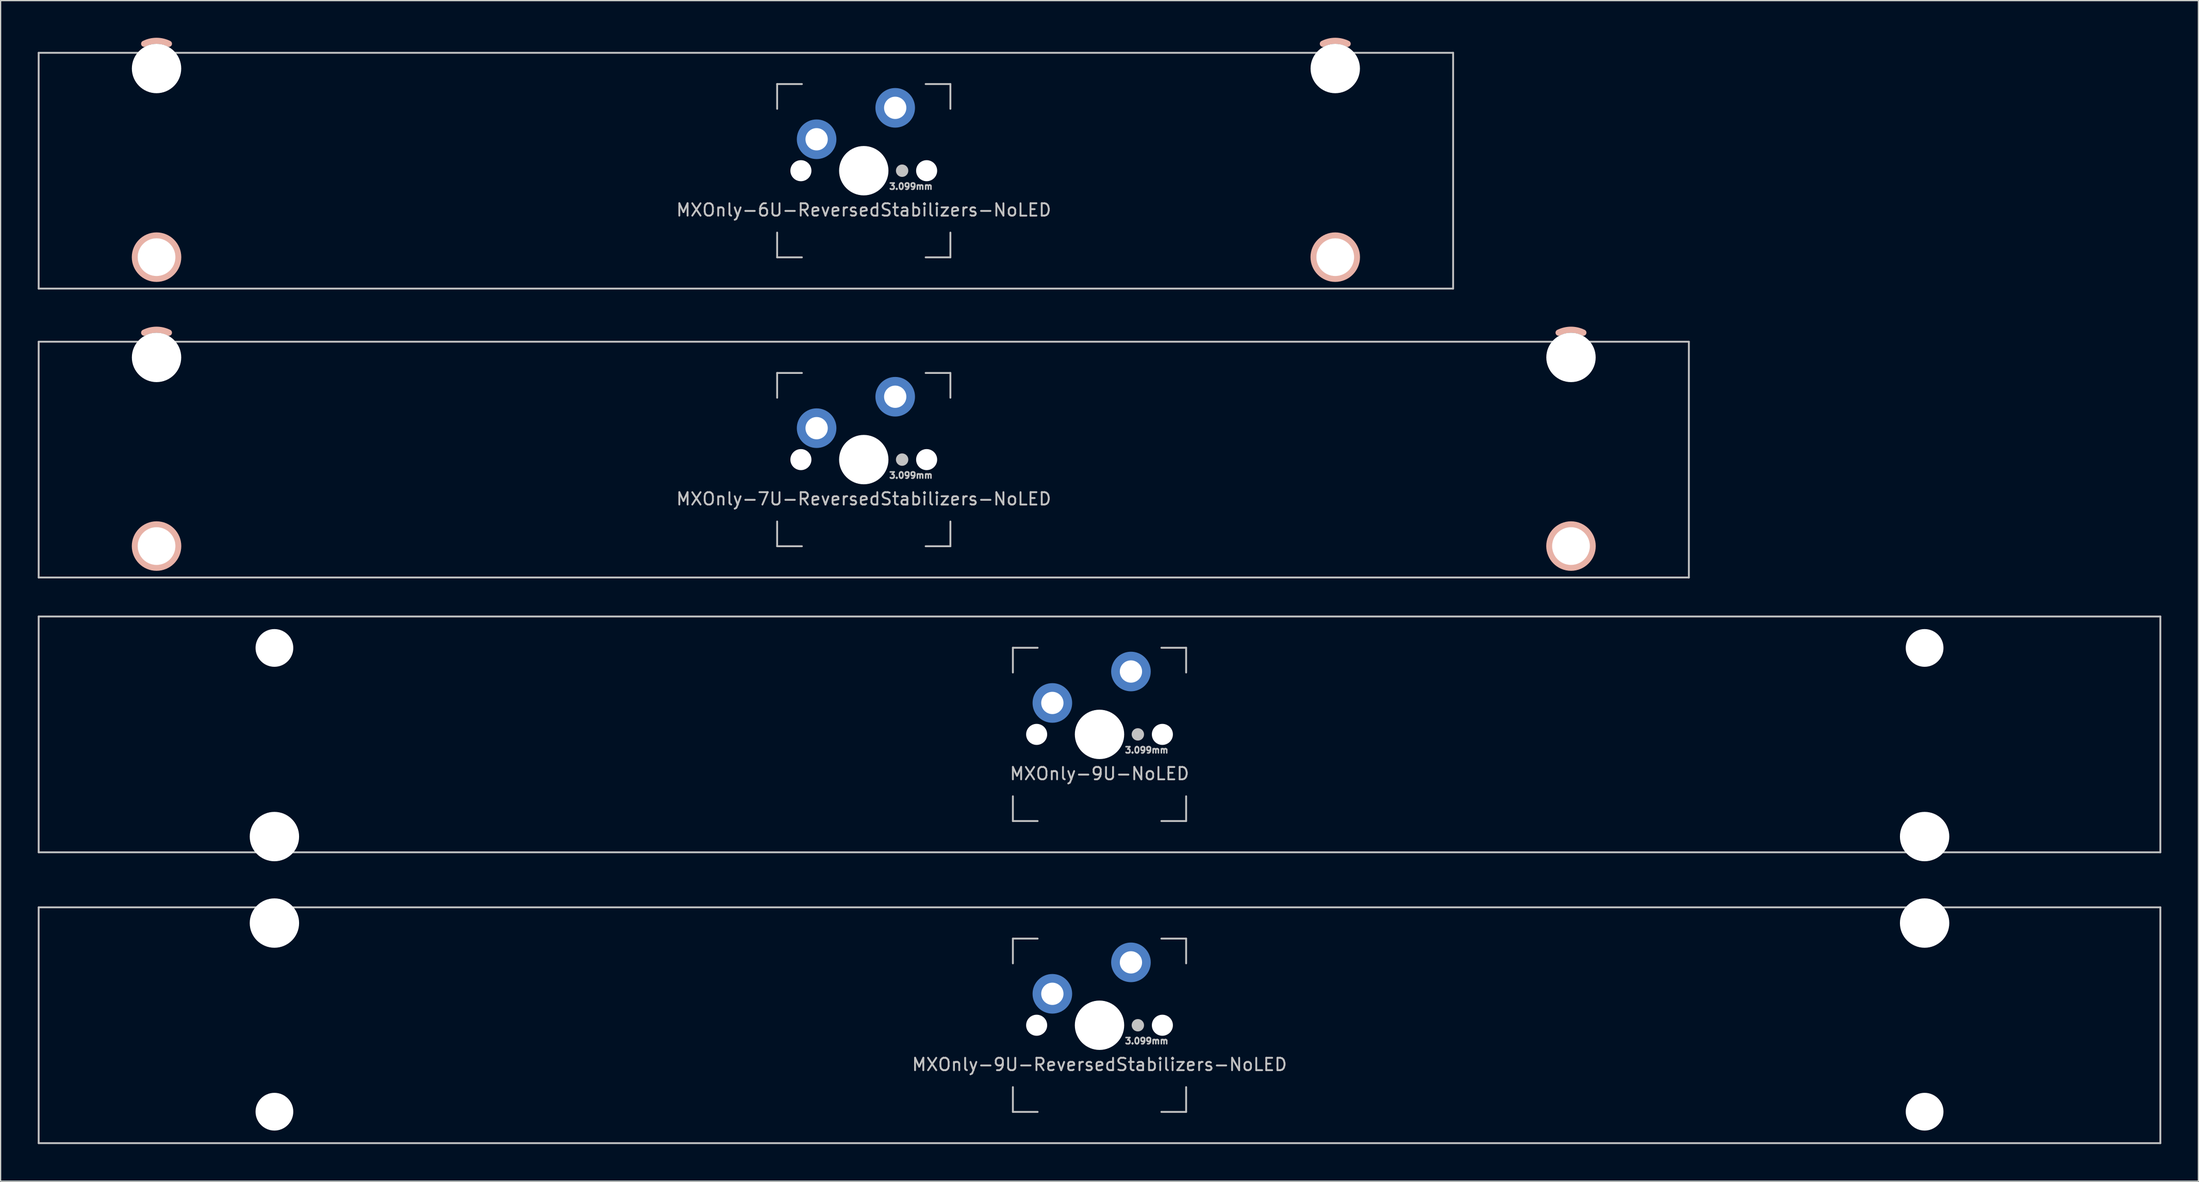
<source format=kicad_pcb>
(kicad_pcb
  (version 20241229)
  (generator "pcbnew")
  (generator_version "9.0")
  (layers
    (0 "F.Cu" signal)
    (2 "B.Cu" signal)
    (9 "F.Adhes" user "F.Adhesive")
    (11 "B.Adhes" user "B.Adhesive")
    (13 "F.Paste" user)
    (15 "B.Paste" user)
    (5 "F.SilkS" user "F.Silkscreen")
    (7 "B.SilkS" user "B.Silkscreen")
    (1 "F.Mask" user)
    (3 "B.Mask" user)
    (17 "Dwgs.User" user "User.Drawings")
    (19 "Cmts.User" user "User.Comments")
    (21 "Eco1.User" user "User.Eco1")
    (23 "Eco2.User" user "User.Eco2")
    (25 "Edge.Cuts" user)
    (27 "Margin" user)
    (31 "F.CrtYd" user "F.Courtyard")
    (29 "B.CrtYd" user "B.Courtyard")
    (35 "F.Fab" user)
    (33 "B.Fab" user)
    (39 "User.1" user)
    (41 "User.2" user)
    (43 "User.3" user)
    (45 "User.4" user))
  (footprint "MXOnly-9U-NoLED"
    (layer "F.Cu")
    (at 85.8 56.282)
    (property "Reference" "MXOnly-9U-NoLED" (at 0 3.175 0) (layer "Dwgs.User") (effects (font (size 1 1) (thickness 0.15))))
    (attr through_hole)
    (fp_line (start -85.725 -9.525) (end 85.725 -9.525) (stroke (width 0.15) (type solid)) (layer "Dwgs.User"))
    (fp_line (start -85.725 9.525) (end -85.725 -9.525) (stroke (width 0.15) (type solid)) (layer "Dwgs.User"))
    (fp_line (start -85.725 9.525) (end 85.725 9.525) (stroke (width 0.15) (type solid)) (layer "Dwgs.User"))
    (fp_line (start -7 -7) (end -7 -5) (stroke (width 0.15) (type solid)) (layer "Dwgs.User"))
    (fp_line (start -7 5) (end -7 7) (stroke (width 0.15) (type solid)) (layer "Dwgs.User"))
    (fp_line (start -7 7) (end -5 7) (stroke (width 0.15) (type solid)) (layer "Dwgs.User"))
    (fp_line (start -5 -7) (end -7 -7) (stroke (width 0.15) (type solid)) (layer "Dwgs.User"))
    (fp_line (start 5 -7) (end 7 -7) (stroke (width 0.15) (type solid)) (layer "Dwgs.User"))
    (fp_line (start 5 7) (end 7 7) (stroke (width 0.15) (type solid)) (layer "Dwgs.User"))
    (fp_line (start 7 -7) (end 7 -5) (stroke (width 0.15) (type solid)) (layer "Dwgs.User"))
    (fp_line (start 7 7) (end 7 5) (stroke (width 0.15) (type solid)) (layer "Dwgs.User"))
    (fp_line (start 85.725 -9.525) (end 85.725 9.525) (stroke (width 0.15) (type solid)) (layer "Dwgs.User"))
    (fp_text user "3.099mm" (at 3.81 1.27 0) (layer "Dwgs.User") (effects (font (size 0.5 0.5) (thickness 0.125))))
    (pad "" np_thru_hole circle (at -66.675 -6.985) (size 3.048 3.048) (drill 3.048) (layers "*.Cu" "*.Mask"))
    (pad "" np_thru_hole circle (at -66.675 8.255) (size 3.988 3.988) (drill 3.988) (layers "*.Cu" "*.Mask"))
    (pad "" np_thru_hole circle (at -5.08 0 48.099) (size 1.7 1.7) (drill 1.7) (layers "*.Cu" "*.Mask"))
    (pad "" smd circle (at -3.81 -2.54) (size 2.8 2.8) (layers "B.Mask"))
    (pad "" np_thru_hole circle (at 0 0) (size 3.988 3.988) (drill 3.988) (layers "*.Cu" "*.Mask"))
    (pad "" smd circle (at 2.54 -5.08) (size 2.8 2.8) (layers "B.Mask"))
    (pad "" smd circle (at 3.099 0) (size 1 1) (layers "Dwgs.User"))
    (pad "" np_thru_hole circle (at 5.08 0 48.099) (size 1.7 1.7) (drill 1.7) (layers "*.Cu" "*.Mask"))
    (pad "" np_thru_hole circle (at 66.675 -6.985) (size 3.048 3.048) (drill 3.048) (layers "*.Cu" "*.Mask"))
    (pad "" np_thru_hole circle (at 66.675 8.255) (size 3.988 3.988) (drill 3.988) (layers "*.Cu" "*.Mask"))
    (pad "1" thru_hole circle (at -3.81 -2.54) (size 2.4 2.4) (drill 1.8) (layers "*.Cu"))
    (pad "1" connect circle (at -3.81 -2.54) (size 3.2 3.2) (layers "B.Cu"))
    (pad "2" thru_hole circle (at 2.54 -5.08) (size 2.4 2.4) (drill 1.8) (layers "*.Cu"))
    (pad "2" connect circle (at 2.54 -5.08) (size 3.2 3.2) (layers "B.Cu")))
  (footprint "MXOnly-6U-ReversedStabilizers-NoLED"
    (layer "F.Cu")
    (at 57.225 10.741)
    (property "Reference" "MXOnly-6U-ReversedStabilizers-NoLED" (at 9.525 3.175 0) (layer "Dwgs.User") (effects (font (size 1 1) (thickness 0.15))))
    (attr through_hole)
    (fp_arc (start -48.625 -10.255) (mid -47.625587 -10.491068) (end -46.626051 -10.255525) (stroke (width 0.5) (type solid)) (layer "B.SilkS"))
    (fp_arc (start 46.625 -10.255) (mid 47.624413 -10.491068) (end 48.623949 -10.255525) (stroke (width 0.5) (type solid)) (layer "B.SilkS"))
    (fp_circle (center -47.625 6.985) (end -49.375 6.985) (stroke (width 0.5) (type solid)) (fill no) (layer "B.SilkS"))
    (fp_circle (center 47.625 6.985) (end 45.875 6.985) (stroke (width 0.5) (type solid)) (fill no) (layer "B.SilkS"))
    (fp_line (start -57.15 -9.525) (end 57.15 -9.525) (stroke (width 0.15) (type solid)) (layer "Dwgs.User"))
    (fp_line (start -57.15 9.525) (end -57.15 -9.525) (stroke (width 0.15) (type solid)) (layer "Dwgs.User"))
    (fp_line (start -57.15 9.525) (end 57.15 9.525) (stroke (width 0.15) (type solid)) (layer "Dwgs.User"))
    (fp_line (start 2.525 -7) (end 2.525 -5) (stroke (width 0.15) (type solid)) (layer "Dwgs.User"))
    (fp_line (start 2.525 5) (end 2.525 7) (stroke (width 0.15) (type solid)) (layer "Dwgs.User"))
    (fp_line (start 2.525 7) (end 4.525 7) (stroke (width 0.15) (type solid)) (layer "Dwgs.User"))
    (fp_line (start 4.525 -7) (end 2.525 -7) (stroke (width 0.15) (type solid)) (layer "Dwgs.User"))
    (fp_line (start 14.525 -7) (end 16.525 -7) (stroke (width 0.15) (type solid)) (layer "Dwgs.User"))
    (fp_line (start 14.525 7) (end 16.525 7) (stroke (width 0.15) (type solid)) (layer "Dwgs.User"))
    (fp_line (start 16.525 -7) (end 16.525 -5) (stroke (width 0.15) (type solid)) (layer "Dwgs.User"))
    (fp_line (start 16.525 7) (end 16.525 5) (stroke (width 0.15) (type solid)) (layer "Dwgs.User"))
    (fp_line (start 57.15 -9.525) (end 57.15 9.525) (stroke (width 0.15) (type solid)) (layer "Dwgs.User"))
    (fp_text user "3.099mm" (at 13.335 1.27 0) (layer "Dwgs.User") (effects (font (size 0.5 0.5) (thickness 0.125))))
    (pad "" np_thru_hole circle (at -47.625 -8.255) (size 3.988 3.988) (drill 3.988) (layers "*.Cu" "*.Mask"))
    (pad "" np_thru_hole circle (at -47.625 6.985) (size 3.048 3.048) (drill 3.048) (layers "*.Cu" "*.Mask"))
    (pad "" np_thru_hole circle (at 4.445 0 48.099) (size 1.7 1.7) (drill 1.7) (layers "*.Cu" "*.Mask"))
    (pad "" smd circle (at 5.715 -2.54) (size 2.8 2.8) (layers "B.Mask"))
    (pad "" np_thru_hole circle (at 9.525 0) (size 3.988 3.988) (drill 3.988) (layers "*.Cu" "*.Mask"))
    (pad "" smd circle (at 12.065 -5.08) (size 2.8 2.8) (layers "B.Mask"))
    (pad "" smd circle (at 12.624 0) (size 1 1) (layers "Dwgs.User"))
    (pad "" np_thru_hole circle (at 14.605 0 48.099) (size 1.7 1.7) (drill 1.7) (layers "*.Cu" "*.Mask"))
    (pad "" np_thru_hole circle (at 47.625 -8.255) (size 3.988 3.988) (drill 3.988) (layers "*.Cu" "*.Mask"))
    (pad "" np_thru_hole circle (at 47.625 6.985) (size 3.048 3.048) (drill 3.048) (layers "*.Cu" "*.Mask"))
    (pad "1" thru_hole circle (at 5.715 -2.54) (size 2.4 2.4) (drill 1.8) (layers "*.Cu"))
    (pad "1" connect circle (at 5.715 -2.54) (size 3.2 3.2) (layers "B.Cu"))
    (pad "2" thru_hole circle (at 12.065 -5.08) (size 2.4 2.4) (drill 1.8) (layers "*.Cu"))
    (pad "2" connect circle (at 12.065 -5.08) (size 3.2 3.2) (layers "B.Cu")))
  (footprint "MXOnly-9U-ReversedStabilizers-NoLED"
    (layer "F.Cu")
    (at 85.8 79.78)
    (property "Reference" "MXOnly-9U-ReversedStabilizers-NoLED" (at 0 3.175 0) (layer "Dwgs.User") (effects (font (size 1 1) (thickness 0.15))))
    (attr through_hole)
    (fp_line (start -85.725 -9.525) (end 85.725 -9.525) (stroke (width 0.15) (type solid)) (layer "Dwgs.User"))
    (fp_line (start -85.725 9.525) (end -85.725 -9.525) (stroke (width 0.15) (type solid)) (layer "Dwgs.User"))
    (fp_line (start -85.725 9.525) (end 85.725 9.525) (stroke (width 0.15) (type solid)) (layer "Dwgs.User"))
    (fp_line (start -7 -7) (end -7 -5) (stroke (width 0.15) (type solid)) (layer "Dwgs.User"))
    (fp_line (start -7 5) (end -7 7) (stroke (width 0.15) (type solid)) (layer "Dwgs.User"))
    (fp_line (start -7 7) (end -5 7) (stroke (width 0.15) (type solid)) (layer "Dwgs.User"))
    (fp_line (start -5 -7) (end -7 -7) (stroke (width 0.15) (type solid)) (layer "Dwgs.User"))
    (fp_line (start 5 -7) (end 7 -7) (stroke (width 0.15) (type solid)) (layer "Dwgs.User"))
    (fp_line (start 5 7) (end 7 7) (stroke (width 0.15) (type solid)) (layer "Dwgs.User"))
    (fp_line (start 7 -7) (end 7 -5) (stroke (width 0.15) (type solid)) (layer "Dwgs.User"))
    (fp_line (start 7 7) (end 7 5) (stroke (width 0.15) (type solid)) (layer "Dwgs.User"))
    (fp_line (start 85.725 -9.525) (end 85.725 9.525) (stroke (width 0.15) (type solid)) (layer "Dwgs.User"))
    (fp_text user "3.099mm" (at 3.81 1.27 0) (layer "Dwgs.User") (effects (font (size 0.5 0.5) (thickness 0.125))))
    (pad "" np_thru_hole circle (at -66.675 -8.255) (size 3.988 3.988) (drill 3.988) (layers "*.Cu" "*.Mask"))
    (pad "" np_thru_hole circle (at -66.675 6.985) (size 3.048 3.048) (drill 3.048) (layers "*.Cu" "*.Mask"))
    (pad "" np_thru_hole circle (at -5.08 0 48.099) (size 1.7 1.7) (drill 1.7) (layers "*.Cu" "*.Mask"))
    (pad "" smd circle (at -3.81 -2.54) (size 2.8 2.8) (layers "B.Mask"))
    (pad "" np_thru_hole circle (at 0 0) (size 3.988 3.988) (drill 3.988) (layers "*.Cu" "*.Mask"))
    (pad "" smd circle (at 2.54 -5.08) (size 2.8 2.8) (layers "B.Mask"))
    (pad "" smd circle (at 3.099 0) (size 1 1) (layers "Dwgs.User"))
    (pad "" np_thru_hole circle (at 5.08 0 48.099) (size 1.7 1.7) (drill 1.7) (layers "*.Cu" "*.Mask"))
    (pad "" np_thru_hole circle (at 66.675 -8.255) (size 3.988 3.988) (drill 3.988) (layers "*.Cu" "*.Mask"))
    (pad "" np_thru_hole circle (at 66.675 6.985) (size 3.048 3.048) (drill 3.048) (layers "*.Cu" "*.Mask"))
    (pad "1" thru_hole circle (at -3.81 -2.54) (size 2.4 2.4) (drill 1.8) (layers "*.Cu"))
    (pad "1" connect circle (at -3.81 -2.54) (size 3.2 3.2) (layers "B.Cu"))
    (pad "2" thru_hole circle (at 2.54 -5.08) (size 2.4 2.4) (drill 1.8) (layers "*.Cu"))
    (pad "2" connect circle (at 2.54 -5.08) (size 3.2 3.2) (layers "B.Cu")))
  (footprint "MXOnly-7U-ReversedStabilizers-NoLED"
    (layer "F.Cu")
    (at 66.75 34.082)
    (property "Reference" "MXOnly-7U-ReversedStabilizers-NoLED" (at 0 3.175 0) (layer "Dwgs.User") (effects (font (size 1 1) (thickness 0.15))))
    (attr through_hole)
    (fp_arc (start -58.15 -10.255) (mid -57.150587 -10.491068) (end -56.151051 -10.255525) (stroke (width 0.5) (type solid)) (layer "B.SilkS"))
    (fp_arc (start 56.15 -10.255) (mid 57.149413 -10.491068) (end 58.148949 -10.255525) (stroke (width 0.5) (type solid)) (layer "B.SilkS"))
    (fp_circle (center -57.15 6.985) (end -58.9 6.985) (stroke (width 0.5) (type solid)) (fill no) (layer "B.SilkS"))
    (fp_circle (center 57.15 6.985) (end 55.4 6.985) (stroke (width 0.5) (type solid)) (fill no) (layer "B.SilkS"))
    (fp_line (start -66.675 -9.525) (end 66.675 -9.525) (stroke (width 0.15) (type solid)) (layer "Dwgs.User"))
    (fp_line (start -66.675 9.525) (end -66.675 -9.525) (stroke (width 0.15) (type solid)) (layer "Dwgs.User"))
    (fp_line (start -66.675 9.525) (end 66.675 9.525) (stroke (width 0.15) (type solid)) (layer "Dwgs.User"))
    (fp_line (start -7 -7) (end -7 -5) (stroke (width 0.15) (type solid)) (layer "Dwgs.User"))
    (fp_line (start -7 5) (end -7 7) (stroke (width 0.15) (type solid)) (layer "Dwgs.User"))
    (fp_line (start -7 7) (end -5 7) (stroke (width 0.15) (type solid)) (layer "Dwgs.User"))
    (fp_line (start -5 -7) (end -7 -7) (stroke (width 0.15) (type solid)) (layer "Dwgs.User"))
    (fp_line (start 5 -7) (end 7 -7) (stroke (width 0.15) (type solid)) (layer "Dwgs.User"))
    (fp_line (start 5 7) (end 7 7) (stroke (width 0.15) (type solid)) (layer "Dwgs.User"))
    (fp_line (start 7 -7) (end 7 -5) (stroke (width 0.15) (type solid)) (layer "Dwgs.User"))
    (fp_line (start 7 7) (end 7 5) (stroke (width 0.15) (type solid)) (layer "Dwgs.User"))
    (fp_line (start 66.675 -9.525) (end 66.675 9.525) (stroke (width 0.15) (type solid)) (layer "Dwgs.User"))
    (fp_text user "3.099mm" (at 3.81 1.27 0) (layer "Dwgs.User") (effects (font (size 0.5 0.5) (thickness 0.125))))
    (pad "" np_thru_hole circle (at -57.15 -8.255) (size 3.988 3.988) (drill 3.988) (layers "*.Cu" "*.Mask"))
    (pad "" np_thru_hole circle (at -57.15 6.985) (size 3.048 3.048) (drill 3.048) (layers "*.Cu" "*.Mask"))
    (pad "" np_thru_hole circle (at -5.08 0 48.099) (size 1.7 1.7) (drill 1.7) (layers "*.Cu" "*.Mask"))
    (pad "" smd circle (at -3.81 -2.54) (size 2.8 2.8) (layers "B.Mask"))
    (pad "" np_thru_hole circle (at 0 0) (size 3.988 3.988) (drill 3.988) (layers "*.Cu" "*.Mask"))
    (pad "" smd circle (at 2.54 -5.08) (size 2.8 2.8) (layers "B.Mask"))
    (pad "" smd circle (at 3.099 0) (size 1 1) (layers "Dwgs.User"))
    (pad "" np_thru_hole circle (at 5.08 0 48.099) (size 1.7 1.7) (drill 1.7) (layers "*.Cu" "*.Mask"))
    (pad "" np_thru_hole circle (at 57.15 -8.255) (size 3.988 3.988) (drill 3.988) (layers "*.Cu" "*.Mask"))
    (pad "" np_thru_hole circle (at 57.15 6.985) (size 3.048 3.048) (drill 3.048) (layers "*.Cu" "*.Mask"))
    (pad "1" thru_hole circle (at -3.81 -2.54) (size 2.4 2.4) (drill 1.8) (layers "*.Cu"))
    (pad "1" connect circle (at -3.81 -2.54) (size 3.2 3.2) (layers "B.Cu"))
    (pad "2" thru_hole circle (at 2.54 -5.08) (size 2.4 2.4) (drill 1.8) (layers "*.Cu"))
    (pad "2" connect circle (at 2.54 -5.08) (size 3.2 3.2) (layers "B.Cu")))
  (gr_rect
    (start -3 -3)
    (end 174.6 92.38)
    (stroke (width 0.1) (type default))
    (fill no)
    (layer "Edge.Cuts")))
</source>
